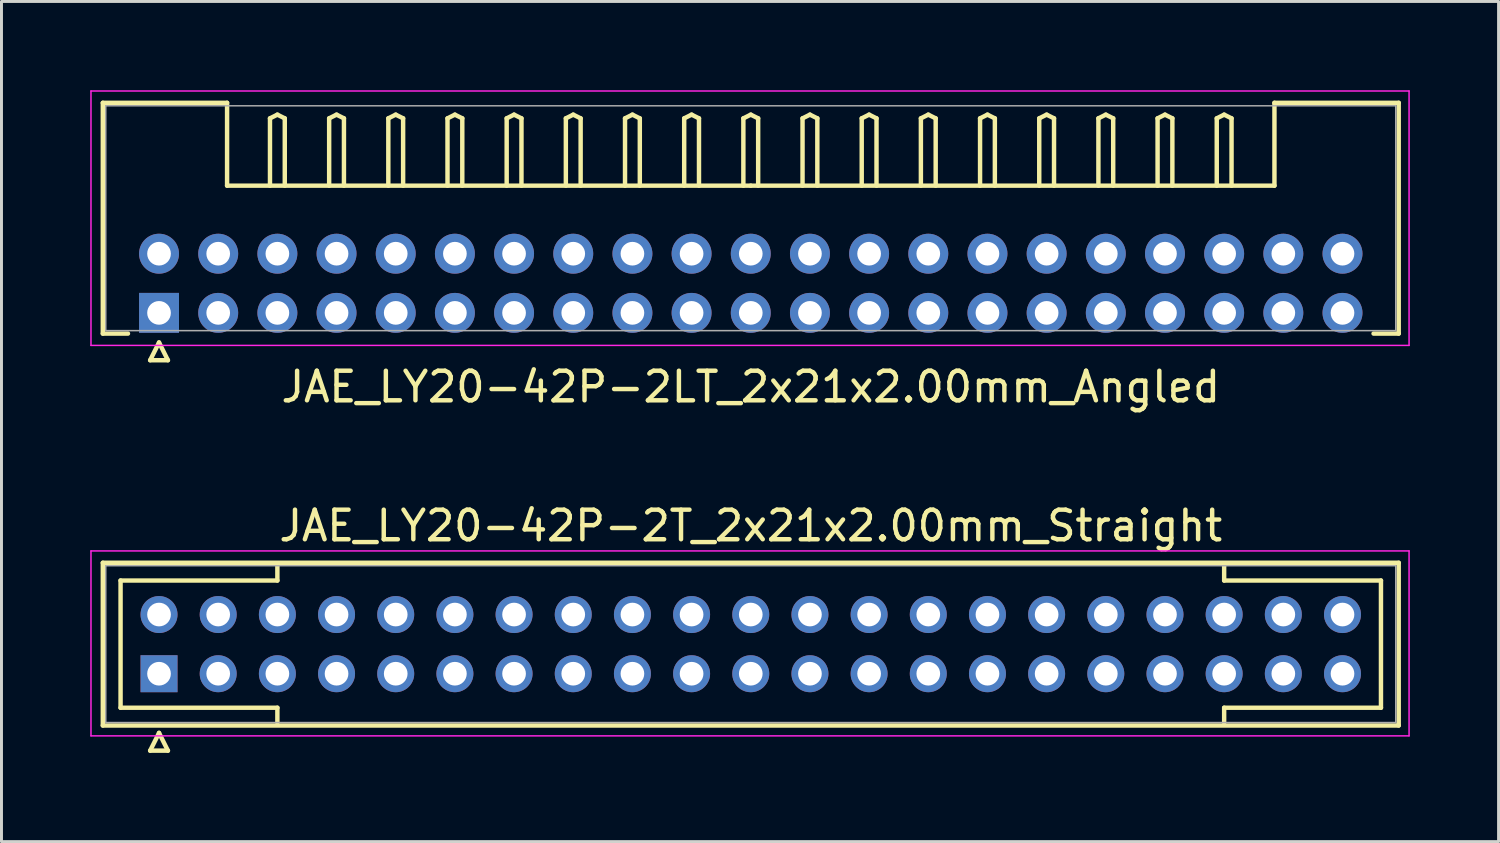
<source format=kicad_pcb>
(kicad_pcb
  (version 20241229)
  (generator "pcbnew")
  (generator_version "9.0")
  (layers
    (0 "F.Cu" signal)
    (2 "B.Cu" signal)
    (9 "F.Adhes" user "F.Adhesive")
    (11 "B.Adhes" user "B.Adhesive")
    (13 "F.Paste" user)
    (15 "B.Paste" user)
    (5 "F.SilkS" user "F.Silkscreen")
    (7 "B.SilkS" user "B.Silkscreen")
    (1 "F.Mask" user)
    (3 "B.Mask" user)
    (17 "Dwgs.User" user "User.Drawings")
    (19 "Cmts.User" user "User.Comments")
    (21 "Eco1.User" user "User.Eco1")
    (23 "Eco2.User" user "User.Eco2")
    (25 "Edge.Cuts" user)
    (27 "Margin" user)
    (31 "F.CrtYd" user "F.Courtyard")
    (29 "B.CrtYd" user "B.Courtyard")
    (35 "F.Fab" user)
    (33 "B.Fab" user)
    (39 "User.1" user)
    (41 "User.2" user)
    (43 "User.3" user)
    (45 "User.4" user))
  (footprint "JAE_LY20-42P-2T_2x21x2.00mm_Straight"
    (layer "F.Cu")
    (at 2.325 19.721)
    (property "Reference" "JAE_LY20-42P-2T_2x21x2.00mm_Straight" (at 20 -5 0) (layer "F.SilkS") (effects (font (size 1 1) (thickness 0.15))))
    (attr through_hole)
    (fp_line (start -1.9 -3.75) (end -1.9 1.75) (stroke (width 0.15) (type solid)) (layer "F.SilkS"))
    (fp_line (start -1.9 1.75) (end 41.9 1.75) (stroke (width 0.15) (type solid)) (layer "F.SilkS"))
    (fp_line (start -1.3 -3.15) (end 4 -3.15) (stroke (width 0.15) (type solid)) (layer "F.SilkS"))
    (fp_line (start -1.3 1.15) (end -1.3 -3.15) (stroke (width 0.15) (type solid)) (layer "F.SilkS"))
    (fp_line (start -0.3 2.6) (end 0.3 2.6) (stroke (width 0.15) (type solid)) (layer "F.SilkS"))
    (fp_line (start 0 2) (end -0.3 2.6) (stroke (width 0.15) (type solid)) (layer "F.SilkS"))
    (fp_line (start 0.3 2.6) (end 0 2) (stroke (width 0.15) (type solid)) (layer "F.SilkS"))
    (fp_line (start 4 -3.15) (end 4 -3.65) (stroke (width 0.15) (type solid)) (layer "F.SilkS"))
    (fp_line (start 4 1.15) (end -1.3 1.15) (stroke (width 0.15) (type solid)) (layer "F.SilkS"))
    (fp_line (start 4 1.65) (end 4 1.15) (stroke (width 0.15) (type solid)) (layer "F.SilkS"))
    (fp_line (start 36 -3.15) (end 36 -3.65) (stroke (width 0.15) (type solid)) (layer "F.SilkS"))
    (fp_line (start 36 1.15) (end 41.3 1.15) (stroke (width 0.15) (type solid)) (layer "F.SilkS"))
    (fp_line (start 36 1.65) (end 36 1.15) (stroke (width 0.15) (type solid)) (layer "F.SilkS"))
    (fp_line (start 41.3 -3.15) (end 36 -3.15) (stroke (width 0.15) (type solid)) (layer "F.SilkS"))
    (fp_line (start 41.3 1.15) (end 41.3 -3.15) (stroke (width 0.15) (type solid)) (layer "F.SilkS"))
    (fp_line (start 41.9 -3.75) (end -1.9 -3.75) (stroke (width 0.15) (type solid)) (layer "F.SilkS"))
    (fp_line (start 41.9 1.75) (end 41.9 -3.75) (stroke (width 0.15) (type solid)) (layer "F.SilkS"))
    (fp_line (start -2.3 -4.15) (end -2.3 2.1) (stroke (width 0.05) (type solid)) (layer "F.CrtYd"))
    (fp_line (start -2.3 2.1) (end 42.25 2.1) (stroke (width 0.05) (type solid)) (layer "F.CrtYd"))
    (fp_line (start 42.25 -4.15) (end -2.3 -4.15) (stroke (width 0.05) (type solid)) (layer "F.CrtYd"))
    (fp_line (start 42.25 2.1) (end 42.25 -4.15) (stroke (width 0.05) (type solid)) (layer "F.CrtYd"))
    (fp_line (start -1.8 -3.65) (end -1.8 1.65) (stroke (width 0.05) (type solid)) (layer "F.Fab"))
    (fp_line (start -1.8 1.65) (end 41.8 1.65) (stroke (width 0.05) (type solid)) (layer "F.Fab"))
    (fp_line (start 41.8 -3.65) (end -1.8 -3.65) (stroke (width 0.05) (type solid)) (layer "F.Fab"))
    (fp_line (start 41.8 1.65) (end 41.8 -3.65) (stroke (width 0.05) (type solid)) (layer "F.Fab"))
    (pad "1" thru_hole rect (at 0 0) (size 1.25 1.25) (drill 0.8) (layers "*.Cu" "*.Mask"))
    (pad "2" thru_hole circle (at 2 0) (size 1.25 1.25) (drill 0.8) (layers "*.Cu" "*.Mask"))
    (pad "3" thru_hole circle (at 4 0) (size 1.25 1.25) (drill 0.8) (layers "*.Cu" "*.Mask"))
    (pad "4" thru_hole circle (at 6 0) (size 1.25 1.25) (drill 0.8) (layers "*.Cu" "*.Mask"))
    (pad "5" thru_hole circle (at 8 0) (size 1.25 1.25) (drill 0.8) (layers "*.Cu" "*.Mask"))
    (pad "6" thru_hole circle (at 10 0) (size 1.25 1.25) (drill 0.8) (layers "*.Cu" "*.Mask"))
    (pad "7" thru_hole circle (at 12 0) (size 1.25 1.25) (drill 0.8) (layers "*.Cu" "*.Mask"))
    (pad "8" thru_hole circle (at 14 0) (size 1.25 1.25) (drill 0.8) (layers "*.Cu" "*.Mask"))
    (pad "9" thru_hole circle (at 16 0) (size 1.25 1.25) (drill 0.8) (layers "*.Cu" "*.Mask"))
    (pad "10" thru_hole circle (at 18 0) (size 1.25 1.25) (drill 0.8) (layers "*.Cu" "*.Mask"))
    (pad "11" thru_hole circle (at 20 0) (size 1.25 1.25) (drill 0.8) (layers "*.Cu" "*.Mask"))
    (pad "12" thru_hole circle (at 22 0) (size 1.25 1.25) (drill 0.8) (layers "*.Cu" "*.Mask"))
    (pad "13" thru_hole circle (at 24 0) (size 1.25 1.25) (drill 0.8) (layers "*.Cu" "*.Mask"))
    (pad "14" thru_hole circle (at 26 0) (size 1.25 1.25) (drill 0.8) (layers "*.Cu" "*.Mask"))
    (pad "15" thru_hole circle (at 28 0) (size 1.25 1.25) (drill 0.8) (layers "*.Cu" "*.Mask"))
    (pad "16" thru_hole circle (at 30 0) (size 1.25 1.25) (drill 0.8) (layers "*.Cu" "*.Mask"))
    (pad "17" thru_hole circle (at 32 0) (size 1.25 1.25) (drill 0.8) (layers "*.Cu" "*.Mask"))
    (pad "18" thru_hole circle (at 34 0) (size 1.25 1.25) (drill 0.8) (layers "*.Cu" "*.Mask"))
    (pad "19" thru_hole circle (at 36 0) (size 1.25 1.25) (drill 0.8) (layers "*.Cu" "*.Mask"))
    (pad "20" thru_hole circle (at 38 0) (size 1.25 1.25) (drill 0.8) (layers "*.Cu" "*.Mask"))
    (pad "21" thru_hole circle (at 40 0) (size 1.25 1.25) (drill 0.8) (layers "*.Cu" "*.Mask"))
    (pad "22" thru_hole circle (at 0 -2) (size 1.25 1.25) (drill 0.8) (layers "*.Cu" "*.Mask"))
    (pad "23" thru_hole circle (at 2 -2) (size 1.25 1.25) (drill 0.8) (layers "*.Cu" "*.Mask"))
    (pad "24" thru_hole circle (at 4 -2) (size 1.25 1.25) (drill 0.8) (layers "*.Cu" "*.Mask"))
    (pad "25" thru_hole circle (at 6 -2) (size 1.25 1.25) (drill 0.8) (layers "*.Cu" "*.Mask"))
    (pad "26" thru_hole circle (at 8 -2) (size 1.25 1.25) (drill 0.8) (layers "*.Cu" "*.Mask"))
    (pad "27" thru_hole circle (at 10 -2) (size 1.25 1.25) (drill 0.8) (layers "*.Cu" "*.Mask"))
    (pad "28" thru_hole circle (at 12 -2) (size 1.25 1.25) (drill 0.8) (layers "*.Cu" "*.Mask"))
    (pad "29" thru_hole circle (at 14 -2) (size 1.25 1.25) (drill 0.8) (layers "*.Cu" "*.Mask"))
    (pad "30" thru_hole circle (at 16 -2) (size 1.25 1.25) (drill 0.8) (layers "*.Cu" "*.Mask"))
    (pad "31" thru_hole circle (at 18 -2) (size 1.25 1.25) (drill 0.8) (layers "*.Cu" "*.Mask"))
    (pad "32" thru_hole circle (at 20 -2) (size 1.25 1.25) (drill 0.8) (layers "*.Cu" "*.Mask"))
    (pad "33" thru_hole circle (at 22 -2) (size 1.25 1.25) (drill 0.8) (layers "*.Cu" "*.Mask"))
    (pad "34" thru_hole circle (at 24 -2) (size 1.25 1.25) (drill 0.8) (layers "*.Cu" "*.Mask"))
    (pad "35" thru_hole circle (at 26 -2) (size 1.25 1.25) (drill 0.8) (layers "*.Cu" "*.Mask"))
    (pad "36" thru_hole circle (at 28 -2) (size 1.25 1.25) (drill 0.8) (layers "*.Cu" "*.Mask"))
    (pad "37" thru_hole circle (at 30 -2) (size 1.25 1.25) (drill 0.8) (layers "*.Cu" "*.Mask"))
    (pad "38" thru_hole circle (at 32 -2) (size 1.25 1.25) (drill 0.8) (layers "*.Cu" "*.Mask"))
    (pad "39" thru_hole circle (at 34 -2) (size 1.25 1.25) (drill 0.8) (layers "*.Cu" "*.Mask"))
    (pad "40" thru_hole circle (at 36 -2) (size 1.25 1.25) (drill 0.8) (layers "*.Cu" "*.Mask"))
    (pad "41" thru_hole circle (at 38 -2) (size 1.25 1.25) (drill 0.8) (layers "*.Cu" "*.Mask"))
    (pad "42" thru_hole circle (at 40 -2) (size 1.25 1.25) (drill 0.8) (layers "*.Cu" "*.Mask")))
  (footprint "JAE_LY20-42P-2LT_2x21x2.00mm_Angled"
    (layer "F.Cu")
    (at 2.325 7.525)
    (property "Reference" "JAE_LY20-42P-2LT_2x21x2.00mm_Angled" (at 20 2.5 0) (layer "F.SilkS") (effects (font (size 1 1) (thickness 0.15))))
    (attr through_hole)
    (fp_line (start -1.9 -7.1) (end 2.3 -7.1) (stroke (width 0.15) (type solid)) (layer "F.SilkS"))
    (fp_line (start -1.9 0.7) (end -1.9 -7.1) (stroke (width 0.15) (type solid)) (layer "F.SilkS"))
    (fp_line (start -1.05 0.7) (end -1.9 0.7) (stroke (width 0.15) (type solid)) (layer "F.SilkS"))
    (fp_line (start -0.3 1.6) (end 0.3 1.6) (stroke (width 0.15) (type solid)) (layer "F.SilkS"))
    (fp_line (start 0 1) (end -0.3 1.6) (stroke (width 0.15) (type solid)) (layer "F.SilkS"))
    (fp_line (start 0.3 1.6) (end 0 1) (stroke (width 0.15) (type solid)) (layer "F.SilkS"))
    (fp_line (start 2.3 -7.1) (end 2.3 -4.3) (stroke (width 0.15) (type solid)) (layer "F.SilkS"))
    (fp_line (start 2.3 -4.3) (end 20 -4.3) (stroke (width 0.15) (type solid)) (layer "F.SilkS"))
    (fp_line (start 3.75 -6.575) (end 4 -6.7) (stroke (width 0.15) (type solid)) (layer "F.SilkS"))
    (fp_line (start 3.75 -4.3) (end 3.75 -6.575) (stroke (width 0.15) (type solid)) (layer "F.SilkS"))
    (fp_line (start 4 -6.7) (end 4.25 -6.575) (stroke (width 0.15) (type solid)) (layer "F.SilkS"))
    (fp_line (start 4.25 -6.575) (end 4.25 -4.3) (stroke (width 0.15) (type solid)) (layer "F.SilkS"))
    (fp_line (start 5.75 -6.575) (end 6 -6.7) (stroke (width 0.15) (type solid)) (layer "F.SilkS"))
    (fp_line (start 5.75 -4.3) (end 5.75 -6.575) (stroke (width 0.15) (type solid)) (layer "F.SilkS"))
    (fp_line (start 6 -6.7) (end 6.25 -6.575) (stroke (width 0.15) (type solid)) (layer "F.SilkS"))
    (fp_line (start 6.25 -6.575) (end 6.25 -4.3) (stroke (width 0.15) (type solid)) (layer "F.SilkS"))
    (fp_line (start 7.75 -6.575) (end 8 -6.7) (stroke (width 0.15) (type solid)) (layer "F.SilkS"))
    (fp_line (start 7.75 -4.3) (end 7.75 -6.575) (stroke (width 0.15) (type solid)) (layer "F.SilkS"))
    (fp_line (start 8 -6.7) (end 8.25 -6.575) (stroke (width 0.15) (type solid)) (layer "F.SilkS"))
    (fp_line (start 8.25 -6.575) (end 8.25 -4.3) (stroke (width 0.15) (type solid)) (layer "F.SilkS"))
    (fp_line (start 9.75 -6.575) (end 10 -6.7) (stroke (width 0.15) (type solid)) (layer "F.SilkS"))
    (fp_line (start 9.75 -4.3) (end 9.75 -6.575) (stroke (width 0.15) (type solid)) (layer "F.SilkS"))
    (fp_line (start 10 -6.7) (end 10.25 -6.575) (stroke (width 0.15) (type solid)) (layer "F.SilkS"))
    (fp_line (start 10.25 -6.575) (end 10.25 -4.3) (stroke (width 0.15) (type solid)) (layer "F.SilkS"))
    (fp_line (start 11.75 -6.575) (end 12 -6.7) (stroke (width 0.15) (type solid)) (layer "F.SilkS"))
    (fp_line (start 11.75 -4.3) (end 11.75 -6.575) (stroke (width 0.15) (type solid)) (layer "F.SilkS"))
    (fp_line (start 12 -6.7) (end 12.25 -6.575) (stroke (width 0.15) (type solid)) (layer "F.SilkS"))
    (fp_line (start 12.25 -6.575) (end 12.25 -4.3) (stroke (width 0.15) (type solid)) (layer "F.SilkS"))
    (fp_line (start 13.75 -6.575) (end 14 -6.7) (stroke (width 0.15) (type solid)) (layer "F.SilkS"))
    (fp_line (start 13.75 -4.3) (end 13.75 -6.575) (stroke (width 0.15) (type solid)) (layer "F.SilkS"))
    (fp_line (start 14 -6.7) (end 14.25 -6.575) (stroke (width 0.15) (type solid)) (layer "F.SilkS"))
    (fp_line (start 14.25 -6.575) (end 14.25 -4.3) (stroke (width 0.15) (type solid)) (layer "F.SilkS"))
    (fp_line (start 15.75 -6.575) (end 16 -6.7) (stroke (width 0.15) (type solid)) (layer "F.SilkS"))
    (fp_line (start 15.75 -4.3) (end 15.75 -6.575) (stroke (width 0.15) (type solid)) (layer "F.SilkS"))
    (fp_line (start 16 -6.7) (end 16.25 -6.575) (stroke (width 0.15) (type solid)) (layer "F.SilkS"))
    (fp_line (start 16.25 -6.575) (end 16.25 -4.3) (stroke (width 0.15) (type solid)) (layer "F.SilkS"))
    (fp_line (start 17.75 -6.575) (end 18 -6.7) (stroke (width 0.15) (type solid)) (layer "F.SilkS"))
    (fp_line (start 17.75 -4.3) (end 17.75 -6.575) (stroke (width 0.15) (type solid)) (layer "F.SilkS"))
    (fp_line (start 18 -6.7) (end 18.25 -6.575) (stroke (width 0.15) (type solid)) (layer "F.SilkS"))
    (fp_line (start 18.25 -6.575) (end 18.25 -4.3) (stroke (width 0.15) (type solid)) (layer "F.SilkS"))
    (fp_line (start 19.75 -6.575) (end 20 -6.7) (stroke (width 0.15) (type solid)) (layer "F.SilkS"))
    (fp_line (start 19.75 -4.3) (end 19.75 -6.575) (stroke (width 0.15) (type solid)) (layer "F.SilkS"))
    (fp_line (start 20 -6.7) (end 20.25 -6.575) (stroke (width 0.15) (type solid)) (layer "F.SilkS"))
    (fp_line (start 20.25 -6.575) (end 20.25 -4.3) (stroke (width 0.15) (type solid)) (layer "F.SilkS"))
    (fp_line (start 21.75 -6.575) (end 22 -6.7) (stroke (width 0.15) (type solid)) (layer "F.SilkS"))
    (fp_line (start 21.75 -4.3) (end 21.75 -6.575) (stroke (width 0.15) (type solid)) (layer "F.SilkS"))
    (fp_line (start 22 -6.7) (end 22.25 -6.575) (stroke (width 0.15) (type solid)) (layer "F.SilkS"))
    (fp_line (start 22.25 -6.575) (end 22.25 -4.3) (stroke (width 0.15) (type solid)) (layer "F.SilkS"))
    (fp_line (start 23.75 -6.575) (end 24 -6.7) (stroke (width 0.15) (type solid)) (layer "F.SilkS"))
    (fp_line (start 23.75 -4.3) (end 23.75 -6.575) (stroke (width 0.15) (type solid)) (layer "F.SilkS"))
    (fp_line (start 24 -6.7) (end 24.25 -6.575) (stroke (width 0.15) (type solid)) (layer "F.SilkS"))
    (fp_line (start 24.25 -6.575) (end 24.25 -4.3) (stroke (width 0.15) (type solid)) (layer "F.SilkS"))
    (fp_line (start 25.75 -6.575) (end 26 -6.7) (stroke (width 0.15) (type solid)) (layer "F.SilkS"))
    (fp_line (start 25.75 -4.3) (end 25.75 -6.575) (stroke (width 0.15) (type solid)) (layer "F.SilkS"))
    (fp_line (start 26 -6.7) (end 26.25 -6.575) (stroke (width 0.15) (type solid)) (layer "F.SilkS"))
    (fp_line (start 26.25 -6.575) (end 26.25 -4.3) (stroke (width 0.15) (type solid)) (layer "F.SilkS"))
    (fp_line (start 27.75 -6.575) (end 28 -6.7) (stroke (width 0.15) (type solid)) (layer "F.SilkS"))
    (fp_line (start 27.75 -4.3) (end 27.75 -6.575) (stroke (width 0.15) (type solid)) (layer "F.SilkS"))
    (fp_line (start 28 -6.7) (end 28.25 -6.575) (stroke (width 0.15) (type solid)) (layer "F.SilkS"))
    (fp_line (start 28.25 -6.575) (end 28.25 -4.3) (stroke (width 0.15) (type solid)) (layer "F.SilkS"))
    (fp_line (start 29.75 -6.575) (end 30 -6.7) (stroke (width 0.15) (type solid)) (layer "F.SilkS"))
    (fp_line (start 29.75 -4.3) (end 29.75 -6.575) (stroke (width 0.15) (type solid)) (layer "F.SilkS"))
    (fp_line (start 30 -6.7) (end 30.25 -6.575) (stroke (width 0.15) (type solid)) (layer "F.SilkS"))
    (fp_line (start 30.25 -6.575) (end 30.25 -4.3) (stroke (width 0.15) (type solid)) (layer "F.SilkS"))
    (fp_line (start 31.75 -6.575) (end 32 -6.7) (stroke (width 0.15) (type solid)) (layer "F.SilkS"))
    (fp_line (start 31.75 -4.3) (end 31.75 -6.575) (stroke (width 0.15) (type solid)) (layer "F.SilkS"))
    (fp_line (start 32 -6.7) (end 32.25 -6.575) (stroke (width 0.15) (type solid)) (layer "F.SilkS"))
    (fp_line (start 32.25 -6.575) (end 32.25 -4.3) (stroke (width 0.15) (type solid)) (layer "F.SilkS"))
    (fp_line (start 33.75 -6.575) (end 34 -6.7) (stroke (width 0.15) (type solid)) (layer "F.SilkS"))
    (fp_line (start 33.75 -4.3) (end 33.75 -6.575) (stroke (width 0.15) (type solid)) (layer "F.SilkS"))
    (fp_line (start 34 -6.7) (end 34.25 -6.575) (stroke (width 0.15) (type solid)) (layer "F.SilkS"))
    (fp_line (start 34.25 -6.575) (end 34.25 -4.3) (stroke (width 0.15) (type solid)) (layer "F.SilkS"))
    (fp_line (start 35.75 -6.575) (end 36 -6.7) (stroke (width 0.15) (type solid)) (layer "F.SilkS"))
    (fp_line (start 35.75 -4.3) (end 35.75 -6.575) (stroke (width 0.15) (type solid)) (layer "F.SilkS"))
    (fp_line (start 36 -6.7) (end 36.25 -6.575) (stroke (width 0.15) (type solid)) (layer "F.SilkS"))
    (fp_line (start 36.25 -6.575) (end 36.25 -4.3) (stroke (width 0.15) (type solid)) (layer "F.SilkS"))
    (fp_line (start 37.7 -7.1) (end 37.7 -4.3) (stroke (width 0.15) (type solid)) (layer "F.SilkS"))
    (fp_line (start 37.7 -4.3) (end 20 -4.3) (stroke (width 0.15) (type solid)) (layer "F.SilkS"))
    (fp_line (start 41.05 0.7) (end 41.9 0.7) (stroke (width 0.15) (type solid)) (layer "F.SilkS"))
    (fp_line (start 41.9 -7.1) (end 37.7 -7.1) (stroke (width 0.15) (type solid)) (layer "F.SilkS"))
    (fp_line (start 41.9 0.7) (end 41.9 -7.1) (stroke (width 0.15) (type solid)) (layer "F.SilkS"))
    (fp_line (start -2.3 -7.5) (end -2.3 1.1) (stroke (width 0.05) (type solid)) (layer "F.CrtYd"))
    (fp_line (start -2.3 1.1) (end 42.25 1.1) (stroke (width 0.05) (type solid)) (layer "F.CrtYd"))
    (fp_line (start 42.25 -7.5) (end -2.3 -7.5) (stroke (width 0.05) (type solid)) (layer "F.CrtYd"))
    (fp_line (start 42.25 1.1) (end 42.25 -7.5) (stroke (width 0.05) (type solid)) (layer "F.CrtYd"))
    (fp_line (start -1.8 -7) (end -1.8 0.6) (stroke (width 0.05) (type solid)) (layer "F.Fab"))
    (fp_line (start -1.8 0.6) (end 41.8 0.6) (stroke (width 0.05) (type solid)) (layer "F.Fab"))
    (fp_line (start 41.8 -7) (end -1.8 -7) (stroke (width 0.05) (type solid)) (layer "F.Fab"))
    (fp_line (start 41.8 0.6) (end 41.8 -7) (stroke (width 0.05) (type solid)) (layer "F.Fab"))
    (pad "1" thru_hole rect (at 0 0) (size 1.35 1.35) (drill 0.8) (layers "*.Cu" "*.Mask"))
    (pad "2" thru_hole circle (at 2 0) (size 1.35 1.35) (drill 0.8) (layers "*.Cu" "*.Mask"))
    (pad "3" thru_hole circle (at 4 0) (size 1.35 1.35) (drill 0.8) (layers "*.Cu" "*.Mask"))
    (pad "4" thru_hole circle (at 6 0) (size 1.35 1.35) (drill 0.8) (layers "*.Cu" "*.Mask"))
    (pad "5" thru_hole circle (at 8 0) (size 1.35 1.35) (drill 0.8) (layers "*.Cu" "*.Mask"))
    (pad "6" thru_hole circle (at 10 0) (size 1.35 1.35) (drill 0.8) (layers "*.Cu" "*.Mask"))
    (pad "7" thru_hole circle (at 12 0) (size 1.35 1.35) (drill 0.8) (layers "*.Cu" "*.Mask"))
    (pad "8" thru_hole circle (at 14 0) (size 1.35 1.35) (drill 0.8) (layers "*.Cu" "*.Mask"))
    (pad "9" thru_hole circle (at 16 0) (size 1.35 1.35) (drill 0.8) (layers "*.Cu" "*.Mask"))
    (pad "10" thru_hole circle (at 18 0) (size 1.35 1.35) (drill 0.8) (layers "*.Cu" "*.Mask"))
    (pad "11" thru_hole circle (at 20 0) (size 1.35 1.35) (drill 0.8) (layers "*.Cu" "*.Mask"))
    (pad "12" thru_hole circle (at 22 0) (size 1.35 1.35) (drill 0.8) (layers "*.Cu" "*.Mask"))
    (pad "13" thru_hole circle (at 24 0) (size 1.35 1.35) (drill 0.8) (layers "*.Cu" "*.Mask"))
    (pad "14" thru_hole circle (at 26 0) (size 1.35 1.35) (drill 0.8) (layers "*.Cu" "*.Mask"))
    (pad "15" thru_hole circle (at 28 0) (size 1.35 1.35) (drill 0.8) (layers "*.Cu" "*.Mask"))
    (pad "16" thru_hole circle (at 30 0) (size 1.35 1.35) (drill 0.8) (layers "*.Cu" "*.Mask"))
    (pad "17" thru_hole circle (at 32 0) (size 1.35 1.35) (drill 0.8) (layers "*.Cu" "*.Mask"))
    (pad "18" thru_hole circle (at 34 0) (size 1.35 1.35) (drill 0.8) (layers "*.Cu" "*.Mask"))
    (pad "19" thru_hole circle (at 36 0) (size 1.35 1.35) (drill 0.8) (layers "*.Cu" "*.Mask"))
    (pad "20" thru_hole circle (at 38 0) (size 1.35 1.35) (drill 0.8) (layers "*.Cu" "*.Mask"))
    (pad "21" thru_hole circle (at 40 0) (size 1.35 1.35) (drill 0.8) (layers "*.Cu" "*.Mask"))
    (pad "22" thru_hole circle (at 0 -2) (size 1.35 1.35) (drill 0.8) (layers "*.Cu" "*.Mask"))
    (pad "23" thru_hole circle (at 2 -2) (size 1.35 1.35) (drill 0.8) (layers "*.Cu" "*.Mask"))
    (pad "24" thru_hole circle (at 4 -2) (size 1.35 1.35) (drill 0.8) (layers "*.Cu" "*.Mask"))
    (pad "25" thru_hole circle (at 6 -2) (size 1.35 1.35) (drill 0.8) (layers "*.Cu" "*.Mask"))
    (pad "26" thru_hole circle (at 8 -2) (size 1.35 1.35) (drill 0.8) (layers "*.Cu" "*.Mask"))
    (pad "27" thru_hole circle (at 10 -2) (size 1.35 1.35) (drill 0.8) (layers "*.Cu" "*.Mask"))
    (pad "28" thru_hole circle (at 12 -2) (size 1.35 1.35) (drill 0.8) (layers "*.Cu" "*.Mask"))
    (pad "29" thru_hole circle (at 14 -2) (size 1.35 1.35) (drill 0.8) (layers "*.Cu" "*.Mask"))
    (pad "30" thru_hole circle (at 16 -2) (size 1.35 1.35) (drill 0.8) (layers "*.Cu" "*.Mask"))
    (pad "31" thru_hole circle (at 18 -2) (size 1.35 1.35) (drill 0.8) (layers "*.Cu" "*.Mask"))
    (pad "32" thru_hole circle (at 20 -2) (size 1.35 1.35) (drill 0.8) (layers "*.Cu" "*.Mask"))
    (pad "33" thru_hole circle (at 22 -2) (size 1.35 1.35) (drill 0.8) (layers "*.Cu" "*.Mask"))
    (pad "34" thru_hole circle (at 24 -2) (size 1.35 1.35) (drill 0.8) (layers "*.Cu" "*.Mask"))
    (pad "35" thru_hole circle (at 26 -2) (size 1.35 1.35) (drill 0.8) (layers "*.Cu" "*.Mask"))
    (pad "36" thru_hole circle (at 28 -2) (size 1.35 1.35) (drill 0.8) (layers "*.Cu" "*.Mask"))
    (pad "37" thru_hole circle (at 30 -2) (size 1.35 1.35) (drill 0.8) (layers "*.Cu" "*.Mask"))
    (pad "38" thru_hole circle (at 32 -2) (size 1.35 1.35) (drill 0.8) (layers "*.Cu" "*.Mask"))
    (pad "39" thru_hole circle (at 34 -2) (size 1.35 1.35) (drill 0.8) (layers "*.Cu" "*.Mask"))
    (pad "40" thru_hole circle (at 36 -2) (size 1.35 1.35) (drill 0.8) (layers "*.Cu" "*.Mask"))
    (pad "41" thru_hole circle (at 38 -2) (size 1.35 1.35) (drill 0.8) (layers "*.Cu" "*.Mask"))
    (pad "42" thru_hole circle (at 40 -2) (size 1.35 1.35) (drill 0.8) (layers "*.Cu" "*.Mask")))
  (gr_rect
    (start -3 -3)
    (end 47.6 25.396)
    (stroke (width 0.1) (type default))
    (fill no)
    (layer "Edge.Cuts")))
</source>
